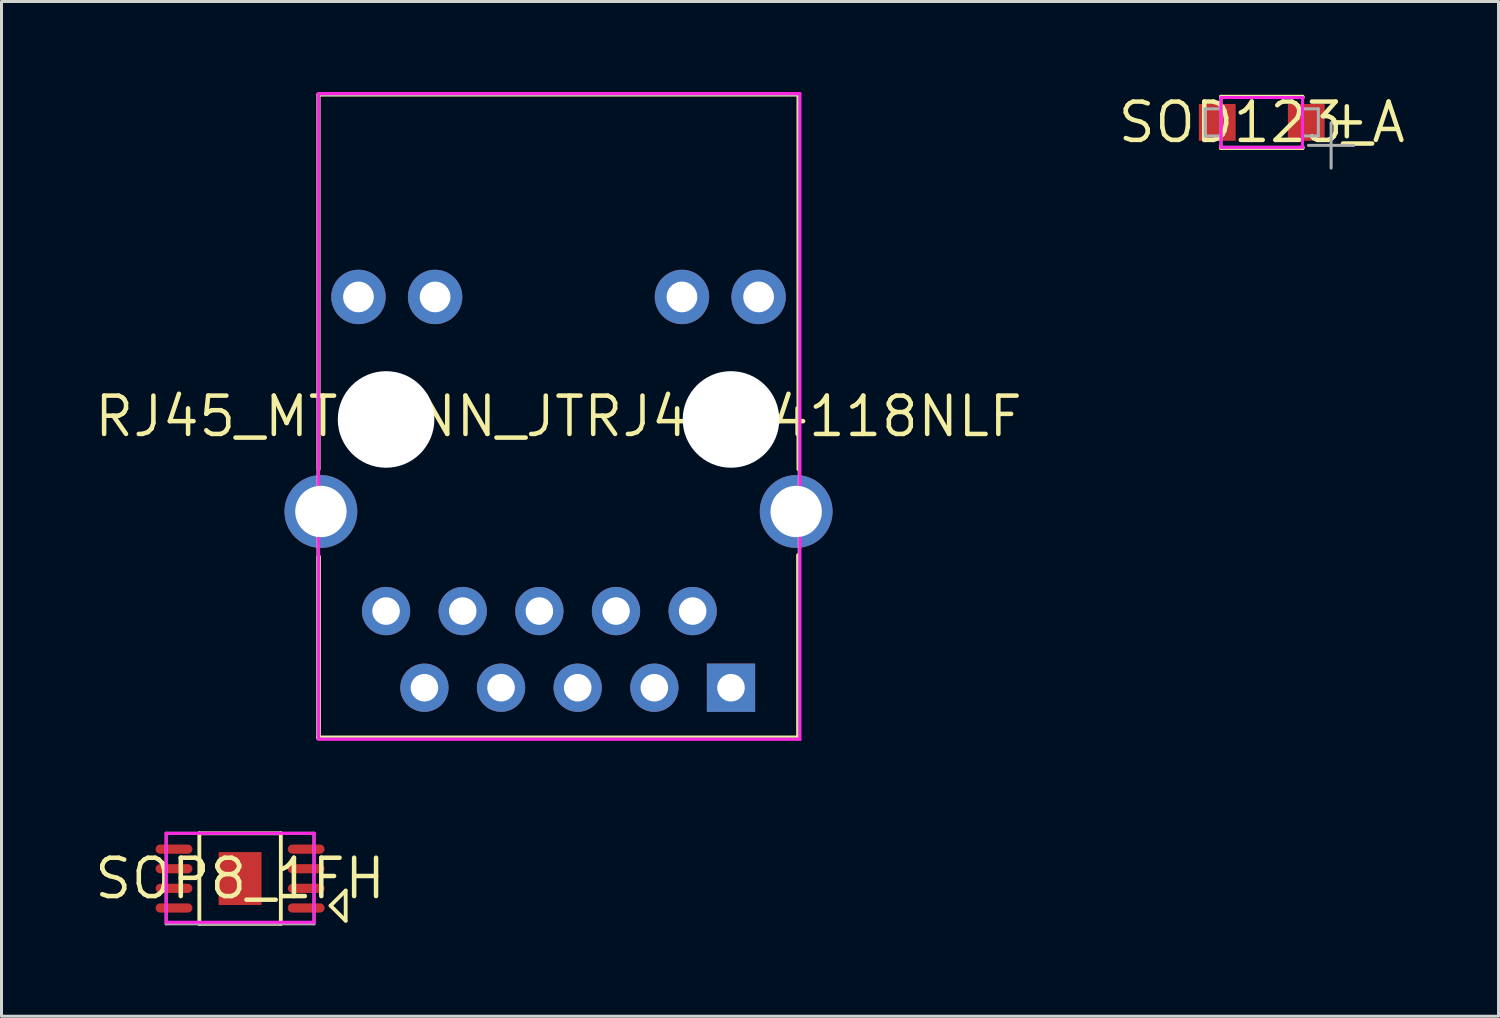
<source format=kicad_pcb>
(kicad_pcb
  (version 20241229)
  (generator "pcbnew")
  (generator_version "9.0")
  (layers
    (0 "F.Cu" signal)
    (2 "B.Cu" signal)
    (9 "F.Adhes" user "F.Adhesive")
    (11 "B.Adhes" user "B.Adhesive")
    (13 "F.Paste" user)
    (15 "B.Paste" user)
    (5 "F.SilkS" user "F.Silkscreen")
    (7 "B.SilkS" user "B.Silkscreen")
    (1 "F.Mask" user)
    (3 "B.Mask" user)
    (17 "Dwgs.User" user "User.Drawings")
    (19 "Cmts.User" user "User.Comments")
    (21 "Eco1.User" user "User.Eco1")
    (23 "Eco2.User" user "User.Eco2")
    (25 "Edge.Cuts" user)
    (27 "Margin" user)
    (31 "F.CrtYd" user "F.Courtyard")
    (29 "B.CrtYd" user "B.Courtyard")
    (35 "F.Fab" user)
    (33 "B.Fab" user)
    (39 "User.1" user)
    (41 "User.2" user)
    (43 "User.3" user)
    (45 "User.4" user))
  (footprint "SOD123_A"
    (layer "F.Cu")
    (at 38.763 1.006)
    (property "Reference" "SOD123_A" (at 0 0 180) (layer "F.SilkS") (effects (font (size 1.27 1.27) (thickness 0.15))))
    (fp_line (start -1.35 -0.85) (end -1.35 -0.8) (stroke (width 0.127) (type solid)) (layer "F.SilkS"))
    (fp_line (start -1.35 0.85) (end -1.35 0.8) (stroke (width 0.127) (type solid)) (layer "F.SilkS"))
    (fp_line (start 1.35 -0.85) (end -1.35 -0.85) (stroke (width 0.127) (type solid)) (layer "F.SilkS"))
    (fp_line (start 1.35 -0.8) (end 1.35 -0.85) (stroke (width 0.127) (type solid)) (layer "F.SilkS"))
    (fp_line (start 1.35 0.8) (end 1.35 0.85) (stroke (width 0.127) (type solid)) (layer "F.SilkS"))
    (fp_line (start 1.35 0.85) (end -1.35 0.85) (stroke (width 0.127) (type solid)) (layer "F.SilkS"))
    (fp_line (start 2.362 0) (end 3.251 0) (stroke (width 0.15) (type solid)) (layer "F.SilkS"))
    (fp_line (start 2.819 -0.533) (end 2.819 0.457) (stroke (width 0.15) (type solid)) (layer "F.SilkS"))
    (fp_line (start -1.35 -0.825) (end 1.35 -0.825) (stroke (width 0.1) (type solid)) (layer "F.CrtYd"))
    (fp_line (start -1.35 0.825) (end -1.35 -0.825) (stroke (width 0.1) (type solid)) (layer "F.CrtYd"))
    (fp_line (start 1.35 -0.825) (end 1.35 0.825) (stroke (width 0.1) (type solid)) (layer "F.CrtYd"))
    (fp_line (start 1.35 0.825) (end -1.35 0.825) (stroke (width 0.1) (type solid)) (layer "F.CrtYd"))
    (fp_line (start -1.875 -0.45) (end -1.875 0.45) (stroke (width 0.1) (type solid)) (layer "F.Fab"))
    (fp_line (start -1.875 0.45) (end -1.35 0.45) (stroke (width 0.1) (type solid)) (layer "F.Fab"))
    (fp_line (start -1.35 -0.825) (end -1.35 0.825) (stroke (width 0.1) (type solid)) (layer "F.Fab"))
    (fp_line (start -1.35 -0.45) (end -1.875 -0.45) (stroke (width 0.1) (type solid)) (layer "F.Fab"))
    (fp_line (start -1.35 0.825) (end 1.35 0.825) (stroke (width 0.1) (type solid)) (layer "F.Fab"))
    (fp_line (start 1.35 -0.825) (end -1.35 -0.825) (stroke (width 0.1) (type solid)) (layer "F.Fab"))
    (fp_line (start 1.35 0.45) (end 1.875 0.45) (stroke (width 0.1) (type solid)) (layer "F.Fab"))
    (fp_line (start 1.35 0.825) (end 1.35 -0.825) (stroke (width 0.1) (type solid)) (layer "F.Fab"))
    (fp_line (start 1.875 -0.45) (end 1.35 -0.45) (stroke (width 0.1) (type solid)) (layer "F.Fab"))
    (fp_line (start 1.875 0.45) (end 1.875 -0.45) (stroke (width 0.1) (type solid)) (layer "F.Fab"))
    (fp_line (start 2.298 1.512) (end 2.298 0.012) (stroke (width 0.1) (type solid)) (layer "F.Fab"))
    (fp_line (start 3.048 0.762) (end 1.547 0.762) (stroke (width 0.1) (type solid)) (layer "F.Fab"))
    (pad "1" smd rect (at 1.475 0 180) (size 1.219 1.219) (layers "F.Cu" "F.Mask" "F.Paste"))
    (pad "2" smd rect (at -1.475 0 180) (size 1.219 1.219) (layers "F.Cu" "F.Mask" "F.Paste")))
  (footprint "SOP8_1FH"
    (layer "F.Cu")
    (at 4.906 26.064)
    (property "Reference" "SOP8_1FH" (at 0 0 180) (layer "F.SilkS") (effects (font (size 1.27 1.27) (thickness 0.15))))
    (fp_line (start -1.35 -1.5) (end -1.35 1.5) (stroke (width 0.127) (type solid)) (layer "F.SilkS"))
    (fp_line (start -1.35 1.5) (end 1.35 1.5) (stroke (width 0.127) (type solid)) (layer "F.SilkS"))
    (fp_line (start 1.35 -1.5) (end -1.35 -1.5) (stroke (width 0.127) (type solid)) (layer "F.SilkS"))
    (fp_line (start 1.35 1.5) (end 1.35 -1.5) (stroke (width 0.127) (type solid)) (layer "F.SilkS"))
    (fp_line (start 2.999 0.898) (end 3.499 0.398) (stroke (width 0.127) (type solid)) (layer "F.SilkS"))
    (fp_line (start 3.499 0.398) (end 3.499 1.398) (stroke (width 0.127) (type solid)) (layer "F.SilkS"))
    (fp_line (start 3.499 1.398) (end 2.999 0.898) (stroke (width 0.127) (type solid)) (layer "F.SilkS"))
    (fp_line (start -2.45 -1.5) (end -2.45 1.448) (stroke (width 0.1) (type solid)) (layer "F.CrtYd"))
    (fp_line (start -2.45 1.448) (end 2.45 1.448) (stroke (width 0.1) (type solid)) (layer "F.CrtYd"))
    (fp_line (start 2.45 -1.5) (end -2.45 -1.5) (stroke (width 0.1) (type solid)) (layer "F.CrtYd"))
    (fp_line (start 2.45 1.448) (end 2.45 -1.5) (stroke (width 0.1) (type solid)) (layer "F.CrtYd"))
    (fp_line (start -2.45 -1.5) (end -2.45 1.5) (stroke (width 0.1) (type solid)) (layer "F.Fab"))
    (fp_line (start -2.45 1.5) (end 2.45 1.5) (stroke (width 0.1) (type solid)) (layer "F.Fab"))
    (fp_line (start 2.45 -1.5) (end -2.45 -1.5) (stroke (width 0.1) (type solid)) (layer "F.Fab"))
    (fp_line (start 2.45 1.5) (end 2.45 -1.5) (stroke (width 0.1) (type solid)) (layer "F.Fab"))
    (pad "1" smd oval (at 2.19 0.975 270) (size 0.305 1.219) (layers "F.Cu" "F.Mask" "F.Paste"))
    (pad "2" smd oval (at 2.19 0.325 270) (size 0.305 1.219) (layers "F.Cu" "F.Mask" "F.Paste"))
    (pad "3" smd oval (at 2.19 -0.325 270) (size 0.305 1.219) (layers "F.Cu" "F.Mask" "F.Paste"))
    (pad "4" smd oval (at 2.19 -0.975 270) (size 0.305 1.219) (layers "F.Cu" "F.Mask" "F.Paste"))
    (pad "5" smd oval (at -2.19 -0.975 90) (size 0.305 1.219) (layers "F.Cu" "F.Mask" "F.Paste"))
    (pad "6" smd oval (at -2.19 -0.325 90) (size 0.305 1.219) (layers "F.Cu" "F.Mask" "F.Paste"))
    (pad "7" smd oval (at -2.19 0.325 90) (size 0.305 1.219) (layers "F.Cu" "F.Mask" "F.Paste"))
    (pad "8" smd oval (at -2.19 0.975 90) (size 0.305 1.219) (layers "F.Cu" "F.Mask" "F.Paste"))
    (pad "9" smd rect (at 0 0 180) (size 1.422 1.753) (layers "F.Cu" "F.Mask" "F.Paste")))
  (footprint "RJ45_MTCONN_JTRJ45-4118NLF"
    (layer "F.Cu")
    (at 15.459 10.75)
    (property "Reference" "RJ45_MTCONN_JTRJ45-4118NLF" (at 0 0 0) (layer "F.SilkS") (effects (font (size 1.27 1.27) (thickness 0.15))))
    (fp_line (start -7.95 -10.665) (end 7.95 -10.665) (stroke (width 0.127) (type solid)) (layer "F.SilkS"))
    (fp_line (start -7.95 1.75) (end -7.95 -10.665) (stroke (width 0.127) (type solid)) (layer "F.SilkS"))
    (fp_line (start -7.95 10.65) (end -7.95 4.65) (stroke (width 0.15) (type solid)) (layer "F.SilkS"))
    (fp_line (start 7.95 -10.665) (end 7.95 1.75) (stroke (width 0.127) (type solid)) (layer "F.SilkS"))
    (fp_line (start 7.95 4.6) (end 7.95 10.65) (stroke (width 0.15) (type solid)) (layer "F.SilkS"))
    (fp_line (start 7.95 10.65) (end -7.95 10.65) (stroke (width 0.15) (type solid)) (layer "F.SilkS"))
    (fp_line (start -7.95 -10.7) (end -7.95 10.7) (stroke (width 0.1) (type solid)) (layer "F.CrtYd"))
    (fp_line (start -7.95 10.7) (end 8 10.7) (stroke (width 0.1) (type solid)) (layer "F.CrtYd"))
    (fp_line (start 8 -10.7) (end -7.95 -10.7) (stroke (width 0.1) (type solid)) (layer "F.CrtYd"))
    (fp_line (start 8 10.7) (end 8 -10.7) (stroke (width 0.1) (type solid)) (layer "F.CrtYd"))
    (fp_line (start -7.975 -10.675) (end -7.975 10.675) (stroke (width 0.1) (type solid)) (layer "F.Fab"))
    (fp_line (start -7.975 10.675) (end 7.975 10.675) (stroke (width 0.1) (type solid)) (layer "F.Fab"))
    (fp_line (start 7.975 -10.675) (end -7.975 -10.675) (stroke (width 0.1) (type solid)) (layer "F.Fab"))
    (fp_line (start 7.975 10.675) (end 7.975 -10.675) (stroke (width 0.1) (type solid)) (layer "F.Fab"))
    (pad "" np_thru_hole circle (at -5.715 0.1 180) (size 3.2 3.2) (drill 3.2) (layers "*.Cu" "*.Mask"))
    (pad "" np_thru_hole circle (at 5.715 0.1 180) (size 3.2 3.2) (drill 3.2) (layers "*.Cu" "*.Mask"))
    (pad "1" thru_hole rect (at 5.715 8.99 180) (size 1.6 1.6) (drill 0.914) (layers "*.Cu" "*.Mask"))
    (pad "2" thru_hole circle (at 4.445 6.45 180) (size 1.6 1.6) (drill 0.914) (layers "*.Cu" "*.Mask"))
    (pad "3" thru_hole circle (at 3.175 8.99 180) (size 1.6 1.6) (drill 0.914) (layers "*.Cu" "*.Mask"))
    (pad "4" thru_hole circle (at 1.905 6.45 180) (size 1.6 1.6) (drill 0.914) (layers "*.Cu" "*.Mask"))
    (pad "5" thru_hole circle (at 0.635 8.99 180) (size 1.6 1.6) (drill 0.914) (layers "*.Cu" "*.Mask"))
    (pad "6" thru_hole circle (at -0.635 6.45 180) (size 1.6 1.6) (drill 0.914) (layers "*.Cu" "*.Mask"))
    (pad "7" thru_hole circle (at -1.905 8.99 180) (size 1.6 1.6) (drill 0.914) (layers "*.Cu" "*.Mask"))
    (pad "8" thru_hole circle (at -3.175 6.45 180) (size 1.6 1.6) (drill 0.914) (layers "*.Cu" "*.Mask"))
    (pad "9" thru_hole circle (at -4.445 8.99 180) (size 1.6 1.6) (drill 0.914) (layers "*.Cu" "*.Mask"))
    (pad "10" thru_hole circle (at -5.715 6.45 180) (size 1.6 1.6) (drill 0.914) (layers "*.Cu" "*.Mask"))
    (pad "11" thru_hole circle (at 6.63 -3.96 180) (size 1.803 1.803) (drill 1.016) (layers "*.Cu" "*.Mask"))
    (pad "12" thru_hole circle (at 4.09 -3.96 180) (size 1.803 1.803) (drill 1.016) (layers "*.Cu" "*.Mask"))
    (pad "13" thru_hole circle (at -4.09 -3.96 180) (size 1.803 1.803) (drill 1.016) (layers "*.Cu" "*.Mask"))
    (pad "14" thru_hole circle (at -6.63 -3.96 180) (size 1.803 1.803) (drill 1.016) (layers "*.Cu" "*.Mask"))
    (pad "15" thru_hole circle (at 7.875 3.15 180) (size 2.413 2.413) (drill 1.702) (layers "*.Cu" "*.Mask"))
    (pad "16" thru_hole circle (at -7.875 3.15 180) (size 2.413 2.413) (drill 1.702) (layers "*.Cu" "*.Mask")))
  (gr_rect
    (start -3 -3)
    (end 46.609 30.627)
    (stroke (width 0.1) (type default))
    (fill no)
    (layer "Edge.Cuts")))
</source>
